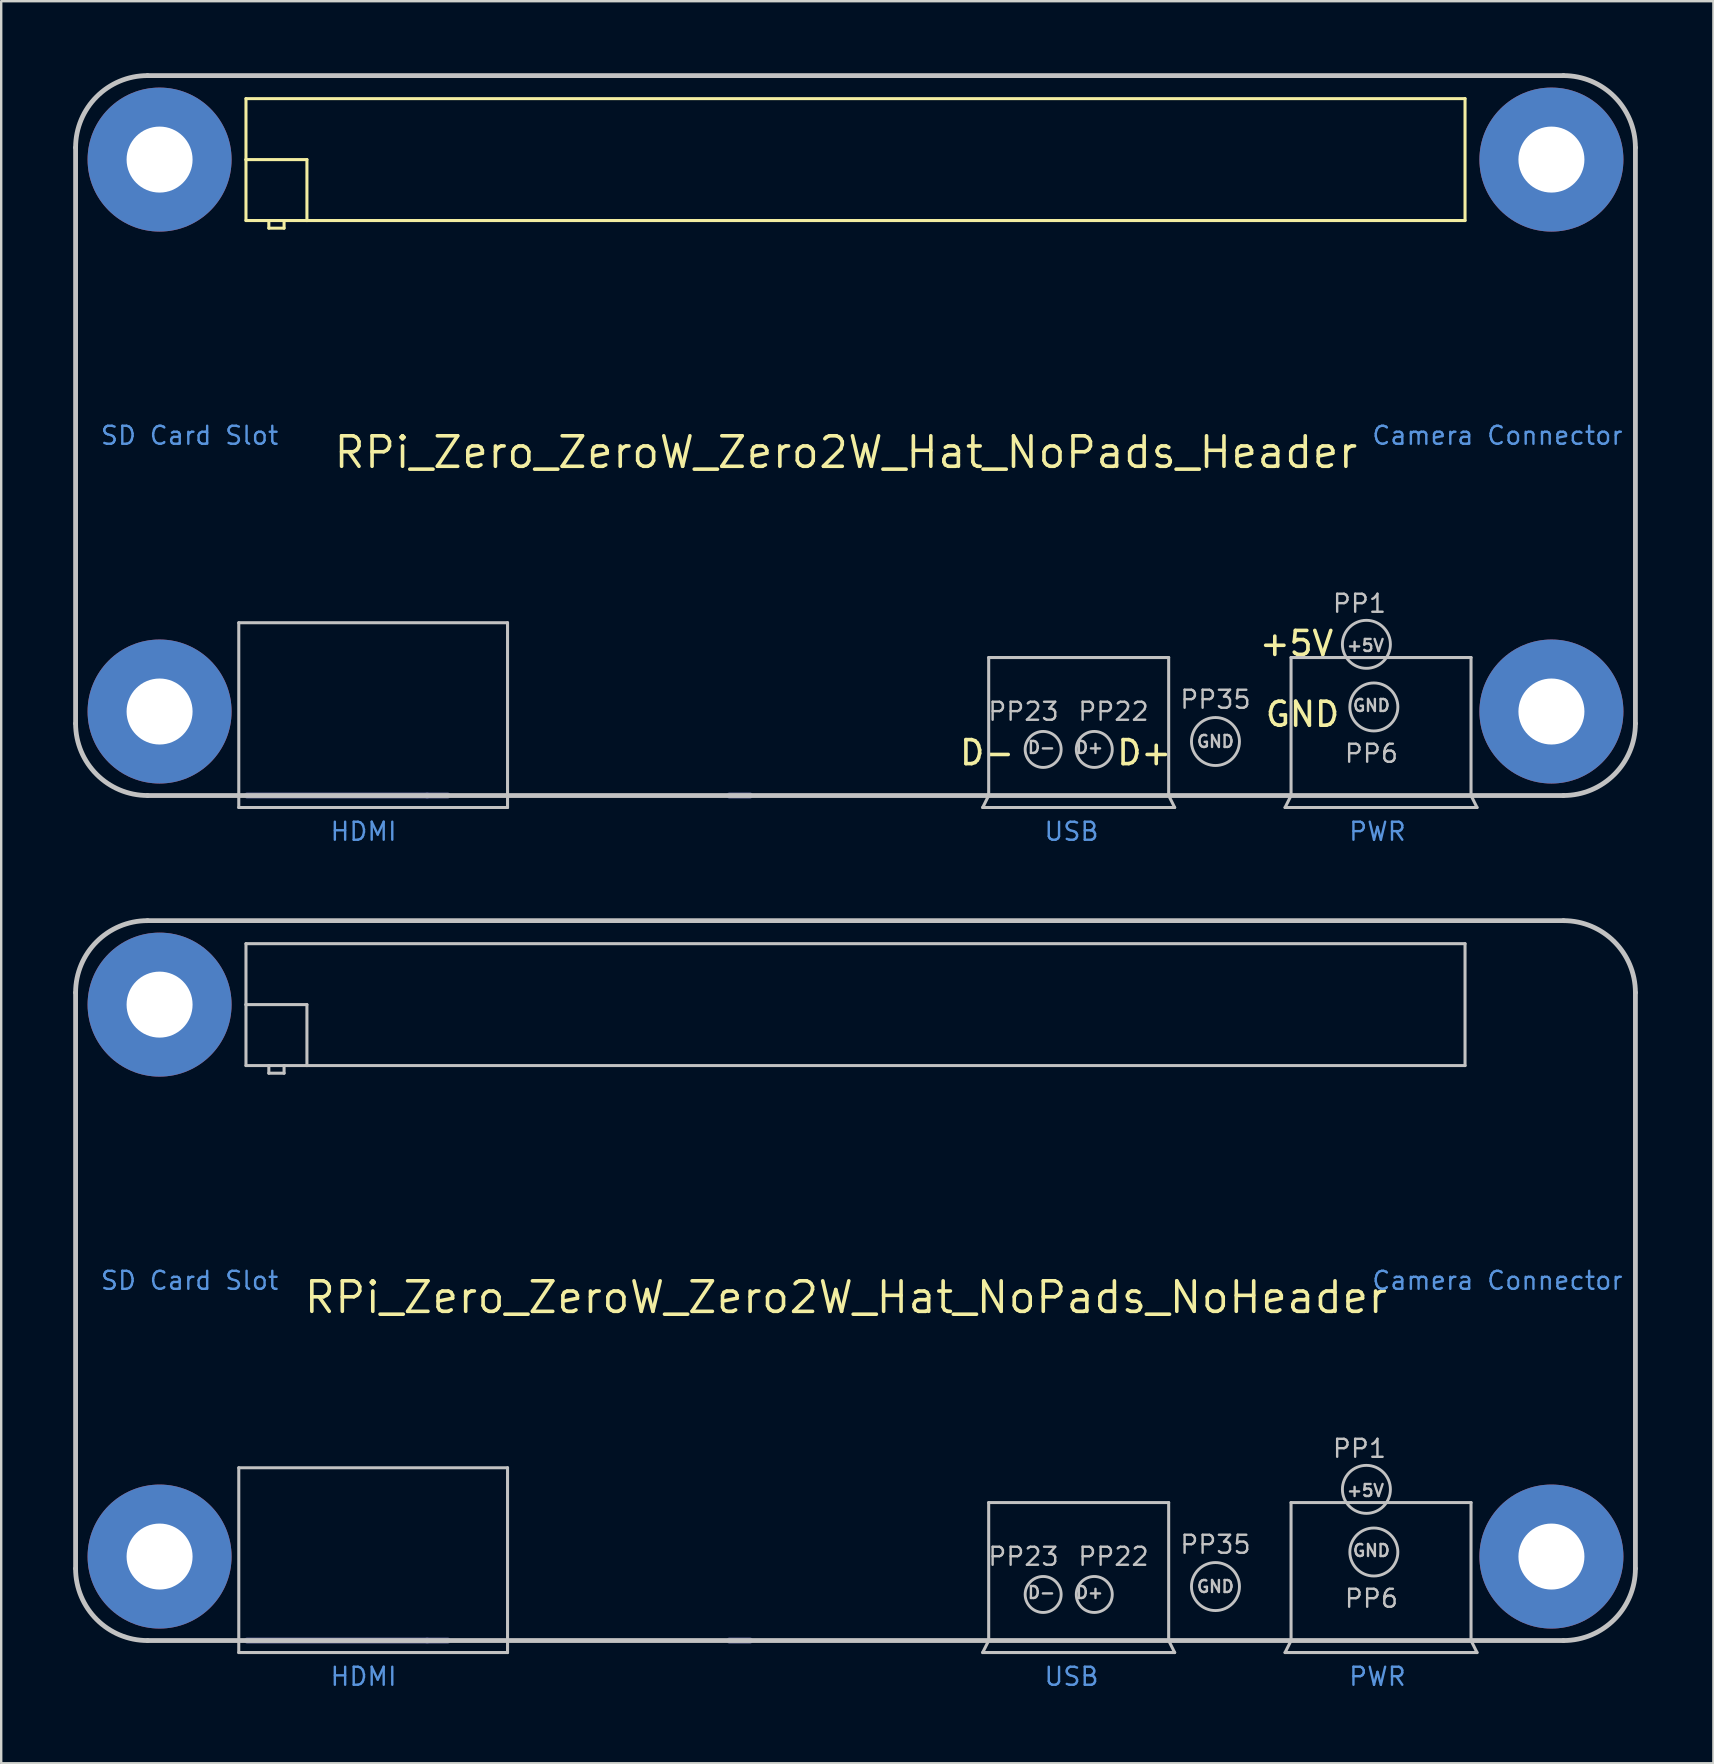
<source format=kicad_pcb>
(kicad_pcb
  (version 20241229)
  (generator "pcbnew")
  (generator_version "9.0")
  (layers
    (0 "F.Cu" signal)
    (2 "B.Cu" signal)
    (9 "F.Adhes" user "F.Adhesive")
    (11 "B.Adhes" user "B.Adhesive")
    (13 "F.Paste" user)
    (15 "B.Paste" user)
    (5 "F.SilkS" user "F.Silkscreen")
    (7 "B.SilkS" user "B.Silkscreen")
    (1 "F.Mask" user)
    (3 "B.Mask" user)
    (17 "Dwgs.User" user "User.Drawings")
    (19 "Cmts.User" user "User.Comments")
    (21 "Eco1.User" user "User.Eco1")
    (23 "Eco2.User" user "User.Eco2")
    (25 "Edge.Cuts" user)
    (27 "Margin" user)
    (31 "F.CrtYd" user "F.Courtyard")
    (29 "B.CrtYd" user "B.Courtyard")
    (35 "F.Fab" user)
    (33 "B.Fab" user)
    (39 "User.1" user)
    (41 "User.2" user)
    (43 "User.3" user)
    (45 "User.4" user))
  (footprint "RPi_Zero_ZeroW_Zero2W_Hat_NoPads_Header"
    (layer "F.Cu")
    (at 65.1 30.1)
    (property "Reference" "RPi_Zero_ZeroW_Zero2W_Hat_NoPads_Header" (at -32.9 -14.3 0) (unlocked yes) (layer "F.SilkS") (effects (font (size 1.27 1.27) (thickness 0.15))))
    (fp_line (start -57.9 -29.04) (end -57.9 -26.5) (stroke (width 0.127) (type solid)) (layer "F.SilkS"))
    (fp_line (start -57.9 -26.5) (end -57.9 -23.96) (stroke (width 0.127) (type solid)) (layer "F.SilkS"))
    (fp_line (start -57.9 -26.5) (end -55.36 -26.5) (stroke (width 0.127) (type solid)) (layer "F.SilkS"))
    (fp_line (start -57.9 -23.96) (end -56.947 -23.96) (stroke (width 0.127) (type solid)) (layer "F.SilkS"))
    (fp_line (start -56.947 -23.96) (end -56.947 -23.642) (stroke (width 0.127) (type solid)) (layer "F.SilkS"))
    (fp_line (start -56.947 -23.96) (end -56.312 -23.96) (stroke (width 0.127) (type solid)) (layer "F.SilkS"))
    (fp_line (start -56.947 -23.642) (end -56.312 -23.642) (stroke (width 0.127) (type solid)) (layer "F.SilkS"))
    (fp_line (start -56.312 -23.96) (end -55.36 -23.96) (stroke (width 0.127) (type solid)) (layer "F.SilkS"))
    (fp_line (start -56.312 -23.642) (end -56.312 -23.96) (stroke (width 0.127) (type solid)) (layer "F.SilkS"))
    (fp_line (start -55.36 -26.5) (end -55.36 -23.96) (stroke (width 0.127) (type solid)) (layer "F.SilkS"))
    (fp_line (start -55.36 -23.96) (end -7.1 -23.96) (stroke (width 0.127) (type solid)) (layer "F.SilkS"))
    (fp_line (start -7.1 -29.04) (end -57.9 -29.04) (stroke (width 0.127) (type solid)) (layer "F.SilkS"))
    (fp_line (start -7.1 -23.96) (end -7.1 -29.04) (stroke (width 0.127) (type solid)) (layer "F.SilkS"))
    (fp_line (start -65 -3) (end -65 -27) (stroke (width 0.2) (type solid)) (layer "Dwgs.User"))
    (fp_line (start -62 -30) (end -3 -30) (stroke (width 0.2) (type solid)) (layer "Dwgs.User"))
    (fp_line (start -58.2 0.5) (end -58.2 -7.2) (stroke (width 0.127) (type default)) (layer "Dwgs.User"))
    (fp_line (start -47 -7.2) (end -58.2 -7.2) (stroke (width 0.127) (type default)) (layer "Dwgs.User"))
    (fp_line (start -47 0.5) (end -58.2 0.5) (stroke (width 0.127) (type default)) (layer "Dwgs.User"))
    (fp_line (start -47 0.5) (end -47 -7.2) (stroke (width 0.127) (type default)) (layer "Dwgs.User"))
    (fp_line (start -27.2 0.5) (end -26.95 0) (stroke (width 0.127) (type solid)) (layer "Dwgs.User"))
    (fp_line (start -26.95 -5.75) (end -26.95 0) (stroke (width 0.127) (type solid)) (layer "Dwgs.User"))
    (fp_line (start -19.45 -5.75) (end -26.95 -5.75) (stroke (width 0.127) (type solid)) (layer "Dwgs.User"))
    (fp_line (start -19.45 0) (end -19.45 -5.75) (stroke (width 0.127) (type solid)) (layer "Dwgs.User"))
    (fp_line (start -19.45 0) (end -19.2 0.5) (stroke (width 0.127) (type solid)) (layer "Dwgs.User"))
    (fp_line (start -19.2 0.5) (end -27.2 0.5) (stroke (width 0.127) (type solid)) (layer "Dwgs.User"))
    (fp_line (start -14.6 0.5) (end -14.35 0) (stroke (width 0.127) (type solid)) (layer "Dwgs.User"))
    (fp_line (start -14.35 -5.75) (end -14.35 0) (stroke (width 0.127) (type solid)) (layer "Dwgs.User"))
    (fp_line (start -6.85 -5.75) (end -14.35 -5.75) (stroke (width 0.127) (type solid)) (layer "Dwgs.User"))
    (fp_line (start -6.85 0) (end -6.85 -5.75) (stroke (width 0.127) (type solid)) (layer "Dwgs.User"))
    (fp_line (start -6.85 0) (end -6.6 0.5) (stroke (width 0.127) (type solid)) (layer "Dwgs.User"))
    (fp_line (start -6.6 0.5) (end -14.6 0.5) (stroke (width 0.127) (type solid)) (layer "Dwgs.User"))
    (fp_line (start -3 0) (end -62 0) (stroke (width 0.2) (type solid)) (layer "Dwgs.User"))
    (fp_line (start 0 -27) (end 0 -3) (stroke (width 0.2) (type solid)) (layer "Dwgs.User"))
    (fp_arc (start -65 -27) (mid -64.12132 -29.12132) (end -62 -30) (stroke (width 0.2) (type solid)) (layer "Dwgs.User"))
    (fp_arc (start -62 0) (mid -64.12132 -0.87868) (end -65 -3) (stroke (width 0.2) (type solid)) (layer "Dwgs.User"))
    (fp_arc (start -3 -30) (mid -0.87868 -29.12132) (end 0 -27) (stroke (width 0.2) (type solid)) (layer "Dwgs.User"))
    (fp_arc (start 0 -3) (mid -0.87868 -0.87868) (end -3 0) (stroke (width 0.2) (type solid)) (layer "Dwgs.User"))
    (fp_circle (center -24.68 -1.92) (end -25.43 -1.92) (stroke (width 0.12) (type default)) (fill no) (layer "Dwgs.User"))
    (fp_circle (center -22.55 -1.92) (end -23.3 -1.92) (stroke (width 0.12) (type default)) (fill no) (layer "Dwgs.User"))
    (fp_circle (center -17.5 -2.25) (end -18.5 -2.25) (stroke (width 0.12) (type default)) (fill no) (layer "Dwgs.User"))
    (fp_circle (center -11.21 -6.3) (end -12.21 -6.3) (stroke (width 0.12) (type default)) (fill no) (layer "Dwgs.User"))
    (fp_circle (center -10.9 -3.69) (end -11.9 -3.69) (stroke (width 0.12) (type default)) (fill no) (layer "Dwgs.User"))
    (fp_line (start -50.35 0) (end -57.85 0) (stroke (width 0.254) (type solid)) (layer "B.Fab"))
    (fp_line (start -49.5 0) (end -50.35 0) (stroke (width 0.254) (type solid)) (layer "B.Fab"))
    (fp_line (start -36.9 0) (end -37.75 0) (stroke (width 0.254) (type solid)) (layer "B.Fab"))
    (fp_text user "GND" (at -12.25 -2.8 0) (unlocked yes) (layer "F.SilkS") (effects (font (size 1 1) (thickness 0.15)) (justify right bottom)))
    (fp_text user "+5V" (at -12.5 -5.75 0) (unlocked yes) (layer "F.SilkS") (effects (font (size 1 1) (thickness 0.15)) (justify right bottom)))
    (fp_text user "D-" (at -25.8 -1.2 0) (unlocked yes) (layer "F.SilkS") (effects (font (size 1 1) (thickness 0.15)) (justify right bottom)))
    (fp_text user "D+" (at -19.25 -1.2 0) (unlocked yes) (layer "F.SilkS") (effects (font (size 1 1) (thickness 0.15)) (justify right bottom)))
    (fp_text user "PP1" (at -11.5 -8 0) (unlocked yes) (layer "Dwgs.User") (effects (font (size 0.75 0.75) (thickness 0.1) (bold yes))))
    (fp_text user "D+" (at -22.75 -2 0) (unlocked yes) (layer "Dwgs.User") (effects (font (size 0.5 0.5) (thickness 0.1) (bold yes))))
    (fp_text user "GND" (at -11 -3.75 0) (unlocked yes) (layer "Dwgs.User") (effects (font (size 0.5 0.5) (thickness 0.1) (bold yes))))
    (fp_text user "+5V" (at -11.25 -6.25 0) (unlocked yes) (layer "Dwgs.User") (effects (font (size 0.5 0.5) (thickness 0.1) (bold yes))))
    (fp_text user "PP23" (at -25.5 -3.5 0) (unlocked yes) (layer "Dwgs.User") (effects (font (size 0.75 0.75) (thickness 0.1) (bold yes))))
    (fp_text user "PP35" (at -17.5 -4 0) (unlocked yes) (layer "Dwgs.User") (effects (font (size 0.75 0.75) (thickness 0.1) (bold yes))))
    (fp_text user "D-" (at -24.75 -2 0) (unlocked yes) (layer "Dwgs.User") (effects (font (size 0.5 0.5) (thickness 0.1) (bold yes))))
    (fp_text user "PP22" (at -21.75 -3.5 0) (unlocked yes) (layer "Dwgs.User") (effects (font (size 0.75 0.75) (thickness 0.1) (bold yes))))
    (fp_text user "PP6" (at -11 -1.75 0) (unlocked yes) (layer "Dwgs.User") (effects (font (size 0.75 0.75) (thickness 0.1) (bold yes))))
    (fp_text user "GND" (at -17.5 -2.25 0) (unlocked yes) (layer "Dwgs.User") (effects (font (size 0.5 0.5) (thickness 0.1) (bold yes))))
    (fp_text user "USB" (at -23.5 1.5 0) (unlocked yes) (layer "Cmts.User") (effects (font (size 0.75 0.75) (thickness 0.1) (bold yes))))
    (fp_text user "SD Card Slot" (at -60.25 -15 0) (unlocked yes) (layer "Cmts.User") (effects (font (size 0.75 0.75) (thickness 0.1) (bold yes))))
    (fp_text user "HDMI" (at -53 1.5 0) (unlocked yes) (layer "Cmts.User") (effects (font (size 0.75 0.75) (thickness 0.1) (bold yes))))
    (fp_text user "PWR" (at -10.75 1.5 0) (unlocked yes) (layer "Cmts.User") (effects (font (size 0.75 0.75) (thickness 0.1) (bold yes))))
    (fp_text user "Camera Connector" (at -5.75 -15 0) (unlocked yes) (layer "Cmts.User") (effects (font (size 0.75 0.75) (thickness 0.1) (bold yes))))
    (pad "" np_thru_hole circle (at -61.5 -26.5) (size 6 6) (drill 2.75) (layers "*.Cu" "*.Mask"))
    (pad "" np_thru_hole circle (at -61.5 -3.5) (size 6 6) (drill 2.75) (layers "*.Cu" "*.Mask"))
    (pad "" np_thru_hole circle (at -3.5 -26.5) (size 6 6) (drill 2.75) (layers "*.Cu" "*.Mask"))
    (pad "" np_thru_hole circle (at -3.5 -3.5) (size 6 6) (drill 2.75) (layers "*.Cu" "*.Mask")))
  (footprint "RPi_Zero_ZeroW_Zero2W_Hat_NoPads_NoHeader"
    (layer "F.Cu")
    (at 65.1 65.314)
    (property "Reference" "RPi_Zero_ZeroW_Zero2W_Hat_NoPads_NoHeader" (at -32.9 -14.3 0) (unlocked yes) (layer "F.SilkS") (effects (font (size 1.27 1.27) (thickness 0.15))))
    (fp_line (start -65 -3) (end -65 -27) (stroke (width 0.2) (type solid)) (layer "Dwgs.User"))
    (fp_line (start -62 -30) (end -3 -30) (stroke (width 0.2) (type solid)) (layer "Dwgs.User"))
    (fp_line (start -58.2 0.5) (end -58.2 -7.2) (stroke (width 0.127) (type default)) (layer "Dwgs.User"))
    (fp_line (start -57.9 -29.04) (end -57.9 -26.5) (stroke (width 0.127) (type solid)) (layer "Dwgs.User"))
    (fp_line (start -57.9 -26.5) (end -57.9 -23.96) (stroke (width 0.127) (type solid)) (layer "Dwgs.User"))
    (fp_line (start -57.9 -26.5) (end -55.36 -26.5) (stroke (width 0.127) (type solid)) (layer "Dwgs.User"))
    (fp_line (start -57.9 -23.96) (end -56.947 -23.96) (stroke (width 0.127) (type solid)) (layer "Dwgs.User"))
    (fp_line (start -56.947 -23.96) (end -56.947 -23.642) (stroke (width 0.127) (type solid)) (layer "Dwgs.User"))
    (fp_line (start -56.947 -23.96) (end -56.312 -23.96) (stroke (width 0.127) (type solid)) (layer "Dwgs.User"))
    (fp_line (start -56.947 -23.642) (end -56.312 -23.642) (stroke (width 0.127) (type solid)) (layer "Dwgs.User"))
    (fp_line (start -56.312 -23.96) (end -55.36 -23.96) (stroke (width 0.127) (type solid)) (layer "Dwgs.User"))
    (fp_line (start -56.312 -23.642) (end -56.312 -23.96) (stroke (width 0.127) (type solid)) (layer "Dwgs.User"))
    (fp_line (start -55.36 -26.5) (end -55.36 -23.96) (stroke (width 0.127) (type solid)) (layer "Dwgs.User"))
    (fp_line (start -55.36 -23.96) (end -7.1 -23.96) (stroke (width 0.127) (type solid)) (layer "Dwgs.User"))
    (fp_line (start -47 -7.2) (end -58.2 -7.2) (stroke (width 0.127) (type default)) (layer "Dwgs.User"))
    (fp_line (start -47 0.5) (end -58.2 0.5) (stroke (width 0.127) (type default)) (layer "Dwgs.User"))
    (fp_line (start -47 0.5) (end -47 -7.2) (stroke (width 0.127) (type default)) (layer "Dwgs.User"))
    (fp_line (start -27.2 0.5) (end -26.95 0) (stroke (width 0.127) (type solid)) (layer "Dwgs.User"))
    (fp_line (start -26.95 -5.75) (end -26.95 0) (stroke (width 0.127) (type solid)) (layer "Dwgs.User"))
    (fp_line (start -19.45 -5.75) (end -26.95 -5.75) (stroke (width 0.127) (type solid)) (layer "Dwgs.User"))
    (fp_line (start -19.45 0) (end -19.45 -5.75) (stroke (width 0.127) (type solid)) (layer "Dwgs.User"))
    (fp_line (start -19.45 0) (end -19.2 0.5) (stroke (width 0.127) (type solid)) (layer "Dwgs.User"))
    (fp_line (start -19.2 0.5) (end -27.2 0.5) (stroke (width 0.127) (type solid)) (layer "Dwgs.User"))
    (fp_line (start -14.6 0.5) (end -14.35 0) (stroke (width 0.127) (type solid)) (layer "Dwgs.User"))
    (fp_line (start -14.35 -5.75) (end -14.35 0) (stroke (width 0.127) (type solid)) (layer "Dwgs.User"))
    (fp_line (start -7.1 -29.04) (end -57.9 -29.04) (stroke (width 0.127) (type solid)) (layer "Dwgs.User"))
    (fp_line (start -7.1 -23.96) (end -7.1 -29.04) (stroke (width 0.127) (type solid)) (layer "Dwgs.User"))
    (fp_line (start -6.85 -5.75) (end -14.35 -5.75) (stroke (width 0.127) (type solid)) (layer "Dwgs.User"))
    (fp_line (start -6.85 0) (end -6.85 -5.75) (stroke (width 0.127) (type solid)) (layer "Dwgs.User"))
    (fp_line (start -6.85 0) (end -6.6 0.5) (stroke (width 0.127) (type solid)) (layer "Dwgs.User"))
    (fp_line (start -6.6 0.5) (end -14.6 0.5) (stroke (width 0.127) (type solid)) (layer "Dwgs.User"))
    (fp_line (start -3 0) (end -62 0) (stroke (width 0.2) (type solid)) (layer "Dwgs.User"))
    (fp_line (start 0 -27) (end 0 -3) (stroke (width 0.2) (type solid)) (layer "Dwgs.User"))
    (fp_arc (start -65 -27) (mid -64.12132 -29.12132) (end -62 -30) (stroke (width 0.2) (type solid)) (layer "Dwgs.User"))
    (fp_arc (start -62 0) (mid -64.12132 -0.87868) (end -65 -3) (stroke (width 0.2) (type solid)) (layer "Dwgs.User"))
    (fp_arc (start -3 -30) (mid -0.87868 -29.12132) (end 0 -27) (stroke (width 0.2) (type solid)) (layer "Dwgs.User"))
    (fp_arc (start 0 -3) (mid -0.87868 -0.87868) (end -3 0) (stroke (width 0.2) (type solid)) (layer "Dwgs.User"))
    (fp_circle (center -24.68 -1.92) (end -25.43 -1.92) (stroke (width 0.12) (type default)) (fill no) (layer "Dwgs.User"))
    (fp_circle (center -22.55 -1.92) (end -23.3 -1.92) (stroke (width 0.12) (type default)) (fill no) (layer "Dwgs.User"))
    (fp_circle (center -17.5 -2.25) (end -18.5 -2.25) (stroke (width 0.12) (type default)) (fill no) (layer "Dwgs.User"))
    (fp_circle (center -11.21 -6.3) (end -12.21 -6.3) (stroke (width 0.12) (type default)) (fill no) (layer "Dwgs.User"))
    (fp_circle (center -10.9 -3.69) (end -11.9 -3.69) (stroke (width 0.12) (type default)) (fill no) (layer "Dwgs.User"))
    (fp_line (start -50.35 0) (end -57.85 0) (stroke (width 0.254) (type solid)) (layer "B.Fab"))
    (fp_line (start -49.5 0) (end -50.35 0) (stroke (width 0.254) (type solid)) (layer "B.Fab"))
    (fp_line (start -36.9 0) (end -37.75 0) (stroke (width 0.254) (type solid)) (layer "B.Fab"))
    (fp_text user "PP23" (at -25.5 -3.5 0) (unlocked yes) (layer "Dwgs.User") (effects (font (size 0.75 0.75) (thickness 0.1) (bold yes))))
    (fp_text user "PP35" (at -17.5 -4 0) (unlocked yes) (layer "Dwgs.User") (effects (font (size 0.75 0.75) (thickness 0.1) (bold yes))))
    (fp_text user "GND" (at -17.5 -2.25 0) (unlocked yes) (layer "Dwgs.User") (effects (font (size 0.5 0.5) (thickness 0.1) (bold yes))))
    (fp_text user "PP1" (at -11.5 -8 0) (unlocked yes) (layer "Dwgs.User") (effects (font (size 0.75 0.75) (thickness 0.1) (bold yes))))
    (fp_text user "D+" (at -22.75 -2 0) (unlocked yes) (layer "Dwgs.User") (effects (font (size 0.5 0.5) (thickness 0.1) (bold yes))))
    (fp_text user "PP22" (at -21.75 -3.5 0) (unlocked yes) (layer "Dwgs.User") (effects (font (size 0.75 0.75) (thickness 0.1) (bold yes))))
    (fp_text user "D-" (at -24.75 -2 0) (unlocked yes) (layer "Dwgs.User") (effects (font (size 0.5 0.5) (thickness 0.1) (bold yes))))
    (fp_text user "+5V" (at -11.25 -6.25 0) (unlocked yes) (layer "Dwgs.User") (effects (font (size 0.5 0.5) (thickness 0.1) (bold yes))))
    (fp_text user "GND" (at -11 -3.75 0) (unlocked yes) (layer "Dwgs.User") (effects (font (size 0.5 0.5) (thickness 0.1) (bold yes))))
    (fp_text user "PP6" (at -11 -1.75 0) (unlocked yes) (layer "Dwgs.User") (effects (font (size 0.75 0.75) (thickness 0.1) (bold yes))))
    (fp_text user "SD Card Slot" (at -60.25 -15 0) (unlocked yes) (layer "Cmts.User") (effects (font (size 0.75 0.75) (thickness 0.1) (bold yes))))
    (fp_text user "USB" (at -23.5 1.5 0) (unlocked yes) (layer "Cmts.User") (effects (font (size 0.75 0.75) (thickness 0.1) (bold yes))))
    (fp_text user "HDMI" (at -53 1.5 0) (unlocked yes) (layer "Cmts.User") (effects (font (size 0.75 0.75) (thickness 0.1) (bold yes))))
    (fp_text user "PWR" (at -10.75 1.5 0) (unlocked yes) (layer "Cmts.User") (effects (font (size 0.75 0.75) (thickness 0.1) (bold yes))))
    (fp_text user "Camera Connector" (at -5.75 -15 0) (unlocked yes) (layer "Cmts.User") (effects (font (size 0.75 0.75) (thickness 0.1) (bold yes))))
    (pad "" np_thru_hole circle (at -61.5 -26.5) (size 6 6) (drill 2.75) (layers "*.Cu" "*.Mask"))
    (pad "" np_thru_hole circle (at -61.5 -3.5) (size 6 6) (drill 2.75) (layers "*.Cu" "*.Mask"))
    (pad "" np_thru_hole circle (at -3.5 -3.5) (size 6 6) (drill 2.75) (layers "*.Cu" "*.Mask")))
  (gr_rect
    (start -3 -3)
    (end 68.35 70.428)
    (stroke (width 0.1) (type default))
    (fill no)
    (layer "Edge.Cuts")))
</source>
